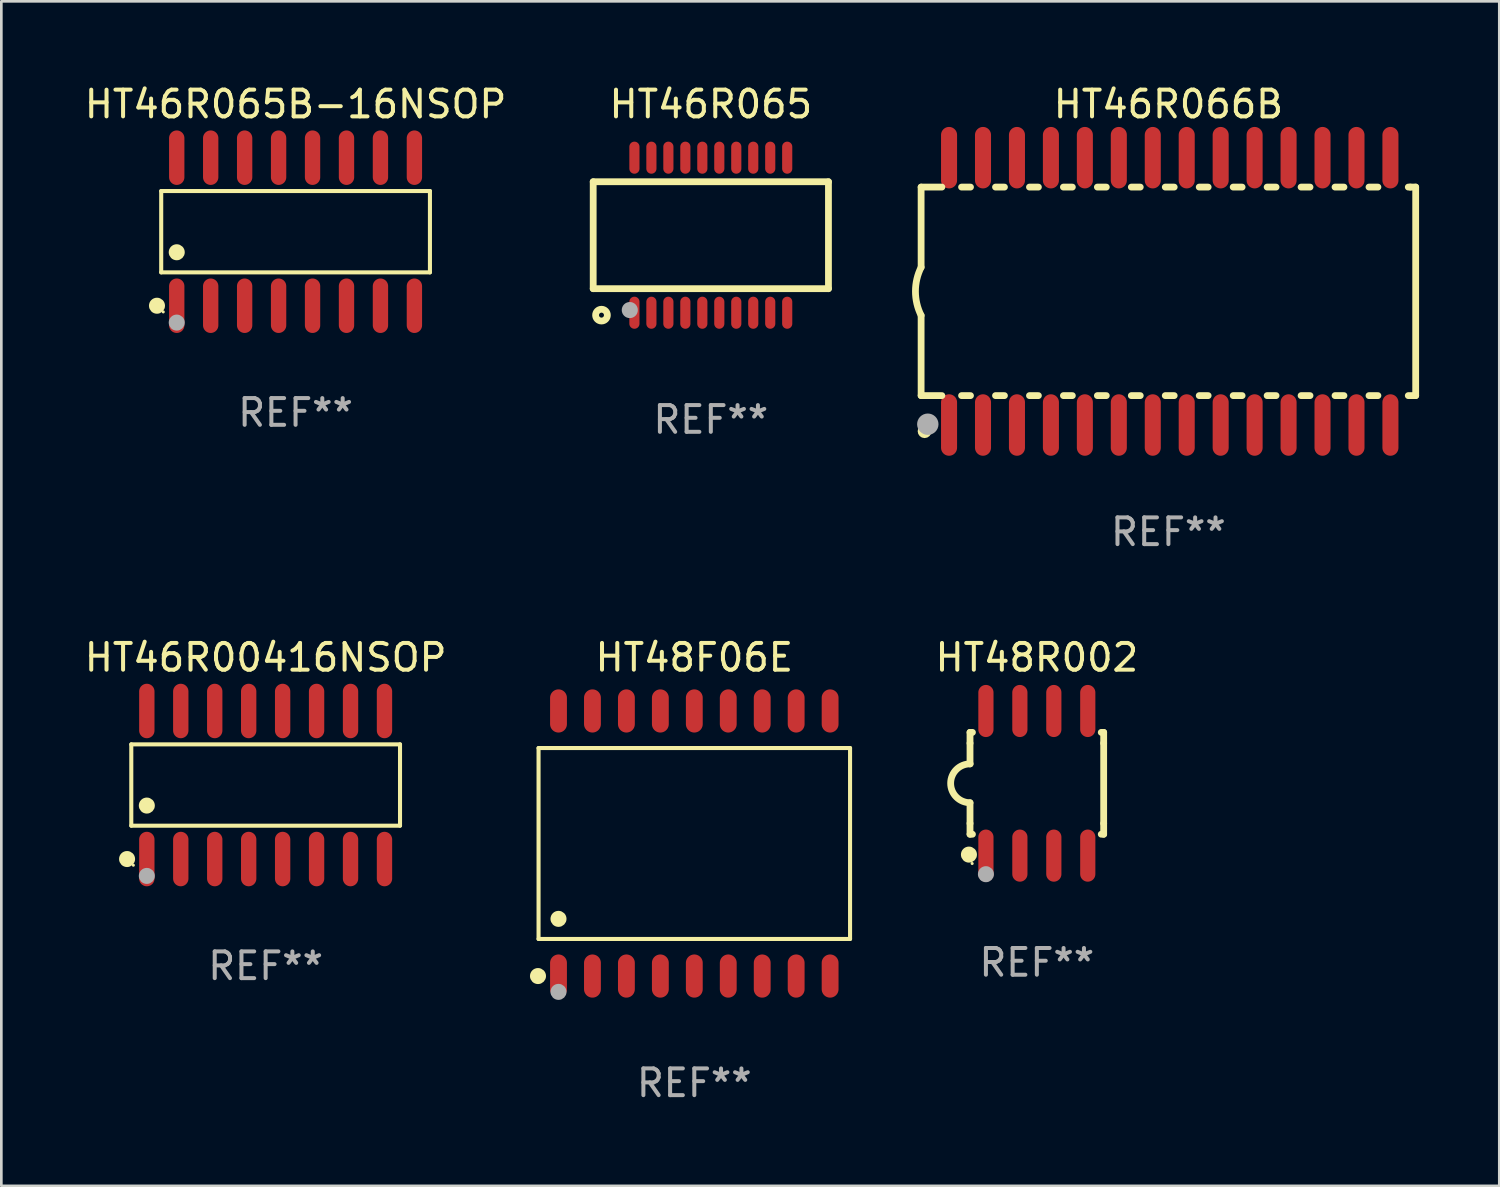
<source format=kicad_pcb>
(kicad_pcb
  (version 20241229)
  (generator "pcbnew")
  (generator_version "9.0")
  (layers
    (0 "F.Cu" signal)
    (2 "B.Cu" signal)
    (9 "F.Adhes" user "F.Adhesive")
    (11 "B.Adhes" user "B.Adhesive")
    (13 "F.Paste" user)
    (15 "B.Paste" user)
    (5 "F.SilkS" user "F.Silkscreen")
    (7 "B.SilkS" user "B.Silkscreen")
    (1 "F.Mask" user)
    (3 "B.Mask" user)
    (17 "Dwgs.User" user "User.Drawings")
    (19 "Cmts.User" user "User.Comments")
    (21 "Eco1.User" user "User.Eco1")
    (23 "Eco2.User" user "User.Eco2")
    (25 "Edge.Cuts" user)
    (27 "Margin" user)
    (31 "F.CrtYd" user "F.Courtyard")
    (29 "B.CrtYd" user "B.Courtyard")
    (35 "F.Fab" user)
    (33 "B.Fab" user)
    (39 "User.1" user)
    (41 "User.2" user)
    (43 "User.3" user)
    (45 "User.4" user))
  (footprint "HT46R066B"
    (layer "F.Cu")
    (at 40.655 7.848)
    (property "Reference" "HT46R066B" (at 0 -7 0) (layer "F.SilkS") (effects (font (size 1 1) (thickness 0.15))))
    (attr through_hole)
    (fp_line (start -9.25 -3.9) (end -9.25 -0.9) (stroke (width 0.254) (type solid)) (layer "F.SilkS"))
    (fp_line (start -9.25 -3.9) (end -8.473 -3.9) (stroke (width 0.254) (type solid)) (layer "F.SilkS"))
    (fp_line (start -9.25 3.9) (end -9.25 0.9) (stroke (width 0.254) (type solid)) (layer "F.SilkS"))
    (fp_line (start -9.25 3.9) (end -8.473 3.9) (stroke (width 0.254) (type solid)) (layer "F.SilkS"))
    (fp_line (start -7.737 -3.9) (end -7.403 -3.9) (stroke (width 0.254) (type solid)) (layer "F.SilkS"))
    (fp_line (start -7.737 3.9) (end -7.403 3.9) (stroke (width 0.254) (type solid)) (layer "F.SilkS"))
    (fp_line (start -6.467 3.9) (end -6.133 3.9) (stroke (width 0.254) (type solid)) (layer "F.SilkS"))
    (fp_line (start -6.467 -3.9) (end -6.133 -3.9) (stroke (width 0.254) (type solid)) (layer "F.SilkS"))
    (fp_line (start -5.197 3.9) (end -4.863 3.9) (stroke (width 0.254) (type solid)) (layer "F.SilkS"))
    (fp_line (start -5.197 -3.9) (end -4.863 -3.9) (stroke (width 0.254) (type solid)) (layer "F.SilkS"))
    (fp_line (start -3.927 3.9) (end -3.593 3.9) (stroke (width 0.254) (type solid)) (layer "F.SilkS"))
    (fp_line (start -3.927 -3.9) (end -3.593 -3.9) (stroke (width 0.254) (type solid)) (layer "F.SilkS"))
    (fp_line (start -2.657 3.9) (end -2.323 3.9) (stroke (width 0.254) (type solid)) (layer "F.SilkS"))
    (fp_line (start -2.657 -3.9) (end -2.323 -3.9) (stroke (width 0.254) (type solid)) (layer "F.SilkS"))
    (fp_line (start -1.387 3.9) (end -1.053 3.9) (stroke (width 0.254) (type solid)) (layer "F.SilkS"))
    (fp_line (start -1.387 -3.9) (end -1.053 -3.9) (stroke (width 0.254) (type solid)) (layer "F.SilkS"))
    (fp_line (start -0.117 3.9) (end 0.217 3.9) (stroke (width 0.254) (type solid)) (layer "F.SilkS"))
    (fp_line (start -0.117 -3.9) (end 0.217 -3.9) (stroke (width 0.254) (type solid)) (layer "F.SilkS"))
    (fp_line (start 1.153 3.9) (end 1.487 3.9) (stroke (width 0.254) (type solid)) (layer "F.SilkS"))
    (fp_line (start 1.153 -3.9) (end 1.487 -3.9) (stroke (width 0.254) (type solid)) (layer "F.SilkS"))
    (fp_line (start 2.423 3.9) (end 2.757 3.9) (stroke (width 0.254) (type solid)) (layer "F.SilkS"))
    (fp_line (start 2.423 -3.9) (end 2.757 -3.9) (stroke (width 0.254) (type solid)) (layer "F.SilkS"))
    (fp_line (start 3.693 3.9) (end 4.027 3.9) (stroke (width 0.254) (type solid)) (layer "F.SilkS"))
    (fp_line (start 3.693 -3.9) (end 4.027 -3.9) (stroke (width 0.254) (type solid)) (layer "F.SilkS"))
    (fp_line (start 4.963 3.9) (end 5.297 3.9) (stroke (width 0.254) (type solid)) (layer "F.SilkS"))
    (fp_line (start 4.963 -3.9) (end 5.297 -3.9) (stroke (width 0.254) (type solid)) (layer "F.SilkS"))
    (fp_line (start 6.233 3.9) (end 6.567 3.9) (stroke (width 0.254) (type solid)) (layer "F.SilkS"))
    (fp_line (start 6.233 -3.9) (end 6.567 -3.9) (stroke (width 0.254) (type solid)) (layer "F.SilkS"))
    (fp_line (start 7.503 -3.9) (end 7.837 -3.9) (stroke (width 0.254) (type solid)) (layer "F.SilkS"))
    (fp_line (start 7.503 3.9) (end 7.837 3.9) (stroke (width 0.254) (type solid)) (layer "F.SilkS"))
    (fp_line (start 8.973 -3.9) (end 9.05 -3.9) (stroke (width 0.254) (type solid)) (layer "F.SilkS"))
    (fp_line (start 8.973 3.9) (end 9.25 3.9) (stroke (width 0.254) (type solid)) (layer "F.SilkS"))
    (fp_line (start 9.05 -3.9) (end 9.25 -3.9) (stroke (width 0.254) (type solid)) (layer "F.SilkS"))
    (fp_line (start 9.25 -3.9) (end 9.25 3.9) (stroke (width 0.254) (type solid)) (layer "F.SilkS"))
    (fp_arc (start -9.249619 0.900432) (mid -9.462013 0.000246) (end -9.249873 -0.9) (stroke (width 0.254001) (type solid)) (layer "F.SilkS"))
    (fp_circle (center -9.2 5.3) (end -9.17 5.3) (stroke (width 0.06) (type solid)) (fill no) (layer "F.SilkS"))
    (fp_circle (center -9.12 5.23) (end -8.988 5.23) (stroke (width 0.254) (type solid)) (fill no) (layer "F.SilkS"))
    (fp_circle (center -9 4.97) (end -8.8 4.97) (stroke (width 0.4) (type solid)) (fill no) (layer "F.Fab"))
    (fp_text user "REF**" (at 0 9 0) (layer "F.Fab") (effects (font (size 1 1) (thickness 0.15))))
    (pad "1" smd oval (at -8.205 5) (size 0.6 2.3) (layers "F.Cu" "F.Mask" "F.Paste"))
    (pad "2" smd oval (at -6.935 5) (size 0.6 2.3) (layers "F.Cu" "F.Mask" "F.Paste"))
    (pad "3" smd oval (at -5.665 5) (size 0.6 2.3) (layers "F.Cu" "F.Mask" "F.Paste"))
    (pad "4" smd oval (at -4.395 5) (size 0.6 2.3) (layers "F.Cu" "F.Mask" "F.Paste"))
    (pad "5" smd oval (at -3.125 5) (size 0.6 2.3) (layers "F.Cu" "F.Mask" "F.Paste"))
    (pad "6" smd oval (at -1.855 5) (size 0.6 2.3) (layers "F.Cu" "F.Mask" "F.Paste"))
    (pad "7" smd oval (at -0.585 5) (size 0.6 2.3) (layers "F.Cu" "F.Mask" "F.Paste"))
    (pad "8" smd oval (at 0.685 5) (size 0.6 2.3) (layers "F.Cu" "F.Mask" "F.Paste"))
    (pad "9" smd oval (at 1.955 5) (size 0.6 2.3) (layers "F.Cu" "F.Mask" "F.Paste"))
    (pad "10" smd oval (at 3.225 5) (size 0.6 2.3) (layers "F.Cu" "F.Mask" "F.Paste"))
    (pad "11" smd oval (at 4.495 5) (size 0.6 2.3) (layers "F.Cu" "F.Mask" "F.Paste"))
    (pad "12" smd oval (at 5.765 5) (size 0.6 2.3) (layers "F.Cu" "F.Mask" "F.Paste"))
    (pad "13" smd oval (at 7.035 5) (size 0.6 2.3) (layers "F.Cu" "F.Mask" "F.Paste"))
    (pad "14" smd oval (at 8.305 5) (size 0.6 2.3) (layers "F.Cu" "F.Mask" "F.Paste"))
    (pad "15" smd oval (at 8.305 -5) (size 0.6 2.3) (layers "F.Cu" "F.Mask" "F.Paste"))
    (pad "16" smd oval (at 7.035 -5) (size 0.6 2.3) (layers "F.Cu" "F.Mask" "F.Paste"))
    (pad "17" smd oval (at 5.765 -5) (size 0.6 2.3) (layers "F.Cu" "F.Mask" "F.Paste"))
    (pad "18" smd oval (at 4.495 -5) (size 0.6 2.3) (layers "F.Cu" "F.Mask" "F.Paste"))
    (pad "19" smd oval (at 3.225 -5) (size 0.6 2.3) (layers "F.Cu" "F.Mask" "F.Paste"))
    (pad "20" smd oval (at 1.955 -5) (size 0.6 2.3) (layers "F.Cu" "F.Mask" "F.Paste"))
    (pad "21" smd oval (at 0.685 -5) (size 0.6 2.3) (layers "F.Cu" "F.Mask" "F.Paste"))
    (pad "22" smd oval (at -0.585 -5) (size 0.6 2.3) (layers "F.Cu" "F.Mask" "F.Paste"))
    (pad "23" smd oval (at -1.855 -5) (size 0.6 2.3) (layers "F.Cu" "F.Mask" "F.Paste"))
    (pad "24" smd oval (at -3.125 -5) (size 0.6 2.3) (layers "F.Cu" "F.Mask" "F.Paste"))
    (pad "25" smd oval (at -4.395 -5) (size 0.6 2.3) (layers "F.Cu" "F.Mask" "F.Paste"))
    (pad "26" smd oval (at -5.665 -5) (size 0.6 2.3) (layers "F.Cu" "F.Mask" "F.Paste"))
    (pad "27" smd oval (at -6.935 -5) (size 0.6 2.3) (layers "F.Cu" "F.Mask" "F.Paste"))
    (pad "28" smd oval (at -8.205 -5) (size 0.6 2.3) (layers "F.Cu" "F.Mask" "F.Paste")))
  (footprint "HT46R065"
    (layer "F.Cu")
    (at 23.539 5.748)
    (property "Reference" "HT46R065" (at 0 -4.9 0) (layer "F.SilkS") (effects (font (size 1 1) (thickness 0.15))))
    (attr through_hole)
    (fp_line (start -4.4 -2) (end -4.4 2) (stroke (width 0.254) (type solid)) (layer "F.SilkS"))
    (fp_line (start -4.4 -2) (end 4.4 -2) (stroke (width 0.254) (type solid)) (layer "F.SilkS"))
    (fp_line (start -4.4 2) (end 4.4 2) (stroke (width 0.254) (type solid)) (layer "F.SilkS"))
    (fp_line (start 4.4 -2) (end 4.4 2) (stroke (width 0.254) (type solid)) (layer "F.SilkS"))
    (fp_circle (center -4.351 3) (end -4.321 3) (stroke (width 0.06) (type solid)) (fill no) (layer "F.SilkS"))
    (fp_circle (center -4.09 2.99) (end -3.87 2.99) (stroke (width 0.254) (type solid)) (fill no) (layer "F.SilkS"))
    (fp_circle (center -3.031 2.8) (end -2.88 2.8) (stroke (width 0.3) (type solid)) (fill no) (layer "F.Fab"))
    (fp_text user "REF**" (at 0 6.9 0) (layer "F.Fab") (effects (font (size 1 1) (thickness 0.15))))
    (pad "1" smd oval (at -2.858 2.9 180) (size 0.38 1.2) (layers "F.Cu" "F.Mask" "F.Paste"))
    (pad "2" smd oval (at -2.223 2.9 180) (size 0.38 1.2) (layers "F.Cu" "F.Mask" "F.Paste"))
    (pad "3" smd oval (at -1.588 2.9 180) (size 0.38 1.2) (layers "F.Cu" "F.Mask" "F.Paste"))
    (pad "4" smd oval (at -0.953 2.9 180) (size 0.38 1.2) (layers "F.Cu" "F.Mask" "F.Paste"))
    (pad "5" smd oval (at -0.318 2.9 180) (size 0.38 1.2) (layers "F.Cu" "F.Mask" "F.Paste"))
    (pad "6" smd oval (at 0.317 2.9 180) (size 0.38 1.2) (layers "F.Cu" "F.Mask" "F.Paste"))
    (pad "7" smd oval (at 0.952 2.9 180) (size 0.38 1.2) (layers "F.Cu" "F.Mask" "F.Paste"))
    (pad "8" smd oval (at 1.587 2.9 180) (size 0.38 1.2) (layers "F.Cu" "F.Mask" "F.Paste"))
    (pad "9" smd oval (at 2.222 2.9 180) (size 0.38 1.2) (layers "F.Cu" "F.Mask" "F.Paste"))
    (pad "10" smd oval (at 2.857 2.9 180) (size 0.38 1.2) (layers "F.Cu" "F.Mask" "F.Paste"))
    (pad "11" smd oval (at 2.857 -2.9) (size 0.38 1.2) (layers "F.Cu" "F.Mask" "F.Paste"))
    (pad "12" smd oval (at 2.222 -2.9) (size 0.38 1.2) (layers "F.Cu" "F.Mask" "F.Paste"))
    (pad "13" smd oval (at 1.587 -2.9) (size 0.38 1.2) (layers "F.Cu" "F.Mask" "F.Paste"))
    (pad "14" smd oval (at 0.952 -2.9) (size 0.38 1.2) (layers "F.Cu" "F.Mask" "F.Paste"))
    (pad "15" smd oval (at 0.317 -2.9) (size 0.38 1.2) (layers "F.Cu" "F.Mask" "F.Paste"))
    (pad "16" smd oval (at -0.318 -2.9) (size 0.38 1.2) (layers "F.Cu" "F.Mask" "F.Paste"))
    (pad "17" smd oval (at -0.953 -2.9) (size 0.38 1.2) (layers "F.Cu" "F.Mask" "F.Paste"))
    (pad "18" smd oval (at -1.588 -2.9) (size 0.38 1.2) (layers "F.Cu" "F.Mask" "F.Paste"))
    (pad "19" smd oval (at -2.223 -2.9) (size 0.38 1.2) (layers "F.Cu" "F.Mask" "F.Paste"))
    (pad "20" smd oval (at -2.858 -2.9) (size 0.38 1.2) (layers "F.Cu" "F.Mask" "F.Paste")))
  (footprint "HT48R002"
    (layer "F.Cu")
    (at 35.734 26.25)
    (property "Reference" "HT48R002" (at 0 -4.705 0) (layer "F.SilkS") (effects (font (size 1 1) (thickness 0.15))))
    (attr through_hole)
    (fp_line (start -2.5 -1.905) (end -2.409 -1.905) (stroke (width 0.254) (type solid)) (layer "F.SilkS"))
    (fp_line (start -2.5 -1.5) (end -2.5 -1.905) (stroke (width 0.254) (type solid)) (layer "F.SilkS"))
    (fp_line (start -2.5 -1.5) (end -2.5 -0.726) (stroke (width 0.254) (type solid)) (layer "F.SilkS"))
    (fp_line (start -2.5 1.5) (end -2.5 0.727) (stroke (width 0.254) (type solid)) (layer "F.SilkS"))
    (fp_line (start -2.5 1.5) (end -2.5 1.905) (stroke (width 0.254) (type solid)) (layer "F.SilkS"))
    (fp_line (start -2.5 1.905) (end -2.409 1.905) (stroke (width 0.254) (type solid)) (layer "F.SilkS"))
    (fp_line (start 2.5 -1.905) (end 2.409 -1.905) (stroke (width 0.254) (type solid)) (layer "F.SilkS"))
    (fp_line (start 2.5 -1.5) (end 2.5 -1.905) (stroke (width 0.254) (type solid)) (layer "F.SilkS"))
    (fp_line (start 2.5 -1.5) (end 2.5 1.5) (stroke (width 0.254) (type solid)) (layer "F.SilkS"))
    (fp_line (start 2.5 1.5) (end 2.5 1.905) (stroke (width 0.254) (type solid)) (layer "F.SilkS"))
    (fp_line (start 2.5 1.905) (end 2.409 1.905) (stroke (width 0.254) (type solid)) (layer "F.SilkS"))
    (fp_arc (start -2.5 0.726568) (mid -3.220316 -0.0023) (end -2.495097 -0.726289) (stroke (width 0.254001) (type solid)) (layer "F.SilkS"))
    (fp_circle (center -2.54 2.667) (end -2.39 2.667) (stroke (width 0.3) (type solid)) (fill no) (layer "F.SilkS"))
    (fp_circle (center -2.42 3) (end -2.39 3) (stroke (width 0.06) (type solid)) (fill no) (layer "F.SilkS"))
    (fp_circle (center -1.905 3.4) (end -1.755 3.4) (stroke (width 0.3) (type solid)) (fill no) (layer "F.Fab"))
    (fp_text user "REF**" (at 0 6.705 0) (layer "F.Fab") (effects (font (size 1 1) (thickness 0.15))))
    (pad "1" smd oval (at -1.905 2.705) (size 0.568 1.95) (layers "F.Cu" "F.Mask" "F.Paste"))
    (pad "2" smd oval (at -0.635 2.705) (size 0.568 1.95) (layers "F.Cu" "F.Mask" "F.Paste"))
    (pad "3" smd oval (at 0.635 2.705) (size 0.568 1.95) (layers "F.Cu" "F.Mask" "F.Paste"))
    (pad "4" smd oval (at 1.905 2.705) (size 0.568 1.95) (layers "F.Cu" "F.Mask" "F.Paste"))
    (pad "5" smd oval (at 1.905 -2.705) (size 0.568 1.95) (layers "F.Cu" "F.Mask" "F.Paste"))
    (pad "6" smd oval (at 0.635 -2.705) (size 0.568 1.95) (layers "F.Cu" "F.Mask" "F.Paste"))
    (pad "7" smd oval (at -0.635 -2.705) (size 0.568 1.95) (layers "F.Cu" "F.Mask" "F.Paste"))
    (pad "8" smd oval (at -1.905 -2.705) (size 0.568 1.95) (layers "F.Cu" "F.Mask" "F.Paste")))
  (footprint "HT46R00416NSOP"
    (layer "F.Cu")
    (at 6.887 26.314)
    (property "Reference" "HT46R00416NSOP" (at 0 -4.769 0) (layer "F.SilkS") (effects (font (size 1 1) (thickness 0.15))))
    (attr through_hole)
    (fp_line (start -5.026 -1.521) (end 5.026 -1.521) (stroke (width 0.152) (type solid)) (layer "F.SilkS"))
    (fp_line (start -5.026 1.521) (end -5.026 -1.521) (stroke (width 0.152) (type solid)) (layer "F.SilkS"))
    (fp_line (start 5.026 -1.521) (end 5.026 1.521) (stroke (width 0.152) (type solid)) (layer "F.SilkS"))
    (fp_line (start 5.026 1.521) (end -5.026 1.521) (stroke (width 0.152) (type solid)) (layer "F.SilkS"))
    (fp_circle (center -5.184 2.769) (end -5.034 2.769) (stroke (width 0.3) (type solid)) (fill no) (layer "F.SilkS"))
    (fp_circle (center -4.95 3) (end -4.92 3) (stroke (width 0.06) (type solid)) (fill no) (layer "F.SilkS"))
    (fp_circle (center -4.445 0.769) (end -4.295 0.769) (stroke (width 0.3) (type solid)) (fill no) (layer "F.SilkS"))
    (fp_circle (center -4.445 3.4) (end -4.295 3.4) (stroke (width 0.3) (type solid)) (fill no) (layer "F.Fab"))
    (fp_text user "REF**" (at 0 6.769 0) (layer "F.Fab") (effects (font (size 1 1) (thickness 0.15))))
    (pad "1" smd oval (at -4.445 2.769) (size 0.574 2.038) (layers "F.Cu" "F.Mask" "F.Paste"))
    (pad "2" smd oval (at -3.175 2.769) (size 0.574 2.038) (layers "F.Cu" "F.Mask" "F.Paste"))
    (pad "3" smd oval (at -1.905 2.769) (size 0.574 2.038) (layers "F.Cu" "F.Mask" "F.Paste"))
    (pad "4" smd oval (at -0.635 2.769) (size 0.574 2.038) (layers "F.Cu" "F.Mask" "F.Paste"))
    (pad "5" smd oval (at 0.635 2.769) (size 0.574 2.038) (layers "F.Cu" "F.Mask" "F.Paste"))
    (pad "6" smd oval (at 1.905 2.769) (size 0.574 2.038) (layers "F.Cu" "F.Mask" "F.Paste"))
    (pad "7" smd oval (at 3.175 2.769) (size 0.574 2.038) (layers "F.Cu" "F.Mask" "F.Paste"))
    (pad "8" smd oval (at 4.445 2.769) (size 0.574 2.038) (layers "F.Cu" "F.Mask" "F.Paste"))
    (pad "9" smd oval (at 4.445 -2.769) (size 0.574 2.038) (layers "F.Cu" "F.Mask" "F.Paste"))
    (pad "10" smd oval (at 3.175 -2.769) (size 0.574 2.038) (layers "F.Cu" "F.Mask" "F.Paste"))
    (pad "11" smd oval (at 1.905 -2.769) (size 0.574 2.038) (layers "F.Cu" "F.Mask" "F.Paste"))
    (pad "12" smd oval (at 0.635 -2.769) (size 0.574 2.038) (layers "F.Cu" "F.Mask" "F.Paste"))
    (pad "13" smd oval (at -0.635 -2.769) (size 0.574 2.038) (layers "F.Cu" "F.Mask" "F.Paste"))
    (pad "14" smd oval (at -1.905 -2.769) (size 0.574 2.038) (layers "F.Cu" "F.Mask" "F.Paste"))
    (pad "15" smd oval (at -3.175 -2.769) (size 0.574 2.038) (layers "F.Cu" "F.Mask" "F.Paste"))
    (pad "16" smd oval (at -4.445 -2.769) (size 0.574 2.038) (layers "F.Cu" "F.Mask" "F.Paste")))
  (footprint "HT48F06E"
    (layer "F.Cu")
    (at 22.921 28.502)
    (property "Reference" "HT48F06E" (at 0 -6.958 0) (layer "F.SilkS") (effects (font (size 1 1) (thickness 0.15))))
    (attr through_hole)
    (fp_line (start -5.826 -3.571) (end 5.826 -3.571) (stroke (width 0.152) (type solid)) (layer "F.SilkS"))
    (fp_line (start -5.826 3.571) (end -5.826 -3.571) (stroke (width 0.152) (type solid)) (layer "F.SilkS"))
    (fp_line (start 5.826 -3.571) (end 5.826 3.571) (stroke (width 0.152) (type solid)) (layer "F.SilkS"))
    (fp_line (start 5.826 3.571) (end -5.826 3.571) (stroke (width 0.152) (type solid)) (layer "F.SilkS"))
    (fp_circle (center -5.847 4.958) (end -5.697 4.958) (stroke (width 0.3) (type solid)) (fill no) (layer "F.SilkS"))
    (fp_circle (center -5.75 5.15) (end -5.72 5.15) (stroke (width 0.06) (type solid)) (fill no) (layer "F.SilkS"))
    (fp_circle (center -5.08 2.819) (end -4.93 2.819) (stroke (width 0.3) (type solid)) (fill no) (layer "F.SilkS"))
    (fp_circle (center -5.08 5.55) (end -4.93 5.55) (stroke (width 0.3) (type solid)) (fill no) (layer "F.Fab"))
    (fp_text user "REF**" (at 0 8.958 0) (layer "F.Fab") (effects (font (size 1 1) (thickness 0.15))))
    (pad "1" smd oval (at -5.08 4.958) (size 0.63 1.615) (layers "F.Cu" "F.Mask" "F.Paste"))
    (pad "2" smd oval (at -3.81 4.958) (size 0.63 1.615) (layers "F.Cu" "F.Mask" "F.Paste"))
    (pad "3" smd oval (at -2.54 4.958) (size 0.63 1.615) (layers "F.Cu" "F.Mask" "F.Paste"))
    (pad "4" smd oval (at -1.27 4.958) (size 0.63 1.615) (layers "F.Cu" "F.Mask" "F.Paste"))
    (pad "5" smd oval (at 0 4.958) (size 0.63 1.615) (layers "F.Cu" "F.Mask" "F.Paste"))
    (pad "6" smd oval (at 1.27 4.958) (size 0.63 1.615) (layers "F.Cu" "F.Mask" "F.Paste"))
    (pad "7" smd oval (at 2.54 4.958) (size 0.63 1.615) (layers "F.Cu" "F.Mask" "F.Paste"))
    (pad "8" smd oval (at 3.81 4.958) (size 0.63 1.615) (layers "F.Cu" "F.Mask" "F.Paste"))
    (pad "9" smd oval (at 5.08 4.958) (size 0.63 1.615) (layers "F.Cu" "F.Mask" "F.Paste"))
    (pad "10" smd oval (at 5.08 -4.958) (size 0.63 1.615) (layers "F.Cu" "F.Mask" "F.Paste"))
    (pad "11" smd oval (at 3.81 -4.958) (size 0.63 1.615) (layers "F.Cu" "F.Mask" "F.Paste"))
    (pad "12" smd oval (at 2.54 -4.958) (size 0.63 1.615) (layers "F.Cu" "F.Mask" "F.Paste"))
    (pad "13" smd oval (at 1.27 -4.958) (size 0.63 1.615) (layers "F.Cu" "F.Mask" "F.Paste"))
    (pad "14" smd oval (at 0 -4.958) (size 0.63 1.615) (layers "F.Cu" "F.Mask" "F.Paste"))
    (pad "15" smd oval (at -1.27 -4.958) (size 0.63 1.615) (layers "F.Cu" "F.Mask" "F.Paste"))
    (pad "16" smd oval (at -2.54 -4.958) (size 0.63 1.615) (layers "F.Cu" "F.Mask" "F.Paste"))
    (pad "17" smd oval (at -3.81 -4.958) (size 0.63 1.615) (layers "F.Cu" "F.Mask" "F.Paste"))
    (pad "18" smd oval (at -5.08 -4.958) (size 0.63 1.615) (layers "F.Cu" "F.Mask" "F.Paste")))
  (footprint "HT46R065B-16NSOP"
    (layer "F.Cu")
    (at 8.006 5.617)
    (property "Reference" "HT46R065B-16NSOP" (at 0 -4.769 0) (layer "F.SilkS") (effects (font (size 1 1) (thickness 0.15))))
    (attr through_hole)
    (fp_line (start -5.026 -1.521) (end 5.026 -1.521) (stroke (width 0.152) (type solid)) (layer "F.SilkS"))
    (fp_line (start -5.026 1.521) (end -5.026 -1.521) (stroke (width 0.152) (type solid)) (layer "F.SilkS"))
    (fp_line (start 5.026 -1.521) (end 5.026 1.521) (stroke (width 0.152) (type solid)) (layer "F.SilkS"))
    (fp_line (start 5.026 1.521) (end -5.026 1.521) (stroke (width 0.152) (type solid)) (layer "F.SilkS"))
    (fp_circle (center -5.184 2.769) (end -5.034 2.769) (stroke (width 0.3) (type solid)) (fill no) (layer "F.SilkS"))
    (fp_circle (center -4.95 3) (end -4.92 3) (stroke (width 0.06) (type solid)) (fill no) (layer "F.SilkS"))
    (fp_circle (center -4.445 0.769) (end -4.295 0.769) (stroke (width 0.3) (type solid)) (fill no) (layer "F.SilkS"))
    (fp_circle (center -4.445 3.4) (end -4.295 3.4) (stroke (width 0.3) (type solid)) (fill no) (layer "F.Fab"))
    (fp_text user "REF**" (at 0 6.769 0) (layer "F.Fab") (effects (font (size 1 1) (thickness 0.15))))
    (pad "1" smd oval (at -4.445 2.769) (size 0.574 2.038) (layers "F.Cu" "F.Mask" "F.Paste"))
    (pad "2" smd oval (at -3.175 2.769) (size 0.574 2.038) (layers "F.Cu" "F.Mask" "F.Paste"))
    (pad "3" smd oval (at -1.905 2.769) (size 0.574 2.038) (layers "F.Cu" "F.Mask" "F.Paste"))
    (pad "4" smd oval (at -0.635 2.769) (size 0.574 2.038) (layers "F.Cu" "F.Mask" "F.Paste"))
    (pad "5" smd oval (at 0.635 2.769) (size 0.574 2.038) (layers "F.Cu" "F.Mask" "F.Paste"))
    (pad "6" smd oval (at 1.905 2.769) (size 0.574 2.038) (layers "F.Cu" "F.Mask" "F.Paste"))
    (pad "7" smd oval (at 3.175 2.769) (size 0.574 2.038) (layers "F.Cu" "F.Mask" "F.Paste"))
    (pad "8" smd oval (at 4.445 2.769) (size 0.574 2.038) (layers "F.Cu" "F.Mask" "F.Paste"))
    (pad "9" smd oval (at 4.445 -2.769) (size 0.574 2.038) (layers "F.Cu" "F.Mask" "F.Paste"))
    (pad "10" smd oval (at 3.175 -2.769) (size 0.574 2.038) (layers "F.Cu" "F.Mask" "F.Paste"))
    (pad "11" smd oval (at 1.905 -2.769) (size 0.574 2.038) (layers "F.Cu" "F.Mask" "F.Paste"))
    (pad "12" smd oval (at 0.635 -2.769) (size 0.574 2.038) (layers "F.Cu" "F.Mask" "F.Paste"))
    (pad "13" smd oval (at -0.635 -2.769) (size 0.574 2.038) (layers "F.Cu" "F.Mask" "F.Paste"))
    (pad "14" smd oval (at -1.905 -2.769) (size 0.574 2.038) (layers "F.Cu" "F.Mask" "F.Paste"))
    (pad "15" smd oval (at -3.175 -2.769) (size 0.574 2.038) (layers "F.Cu" "F.Mask" "F.Paste"))
    (pad "16" smd oval (at -4.445 -2.769) (size 0.574 2.038) (layers "F.Cu" "F.Mask" "F.Paste")))
  (gr_rect
    (start -3 -3)
    (end 53.032 41.308)
    (stroke (width 0.1) (type default))
    (fill no)
    (layer "Edge.Cuts")))
</source>
